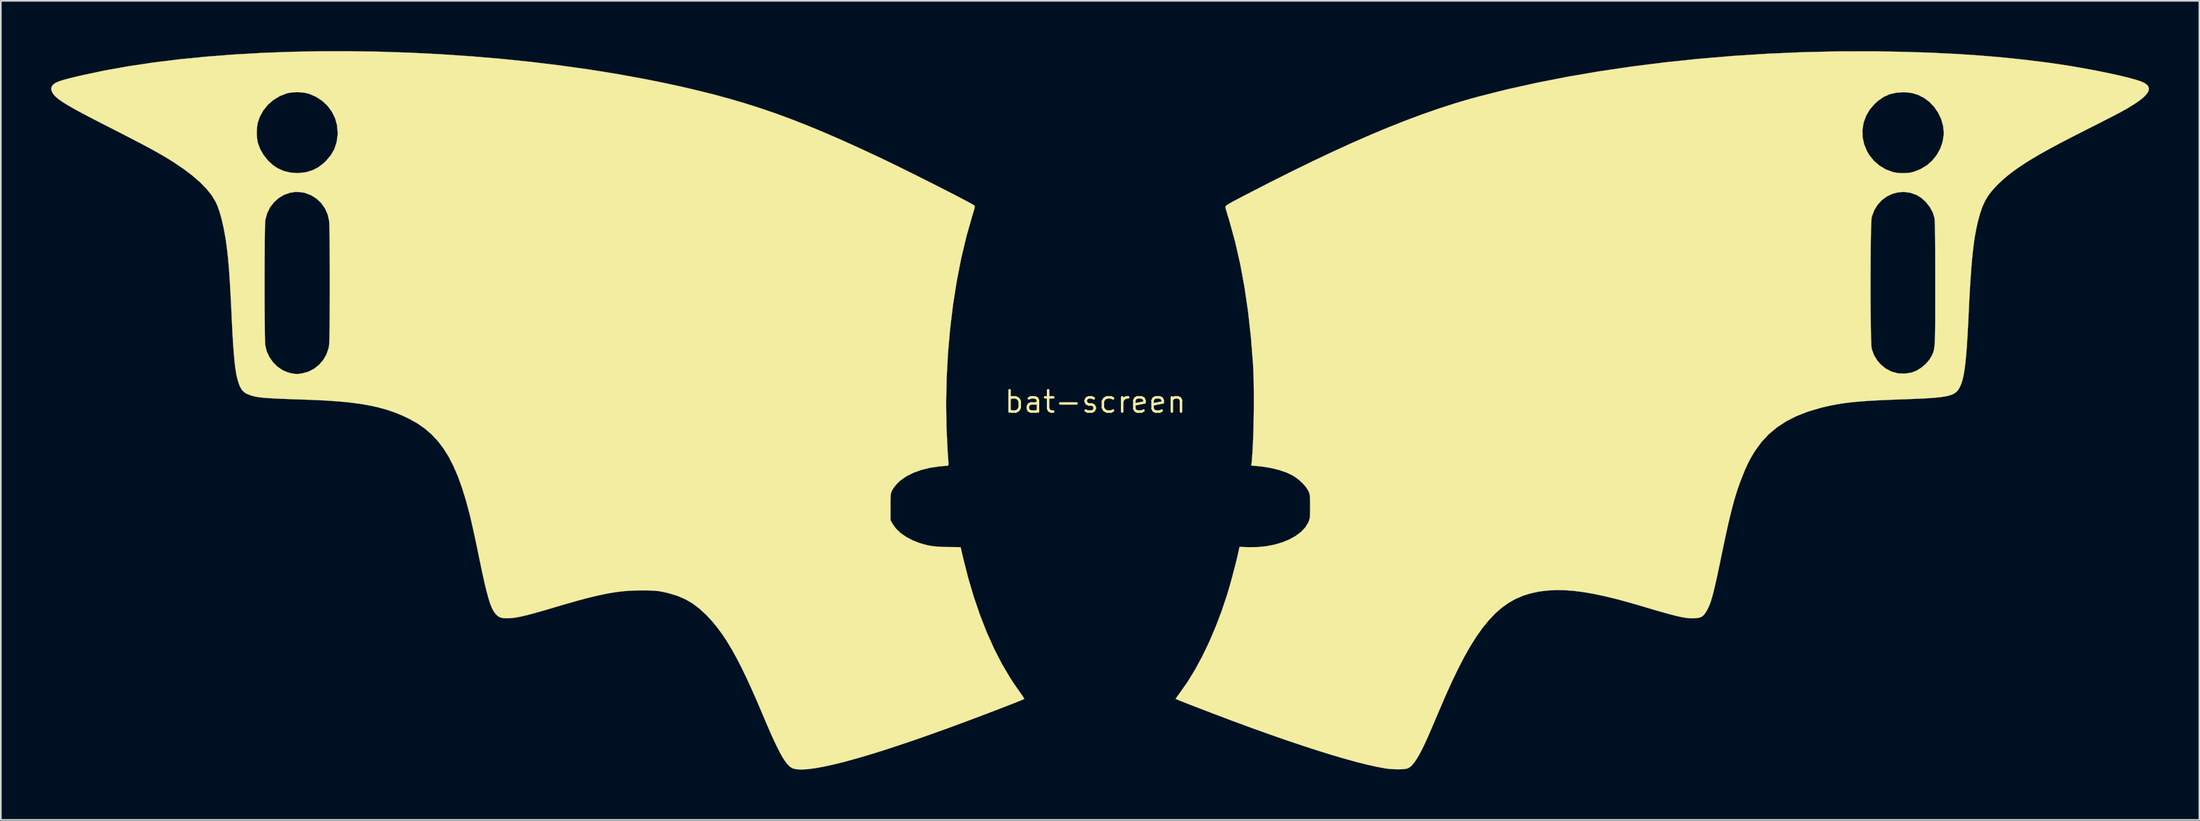
<source format=kicad_pcb>
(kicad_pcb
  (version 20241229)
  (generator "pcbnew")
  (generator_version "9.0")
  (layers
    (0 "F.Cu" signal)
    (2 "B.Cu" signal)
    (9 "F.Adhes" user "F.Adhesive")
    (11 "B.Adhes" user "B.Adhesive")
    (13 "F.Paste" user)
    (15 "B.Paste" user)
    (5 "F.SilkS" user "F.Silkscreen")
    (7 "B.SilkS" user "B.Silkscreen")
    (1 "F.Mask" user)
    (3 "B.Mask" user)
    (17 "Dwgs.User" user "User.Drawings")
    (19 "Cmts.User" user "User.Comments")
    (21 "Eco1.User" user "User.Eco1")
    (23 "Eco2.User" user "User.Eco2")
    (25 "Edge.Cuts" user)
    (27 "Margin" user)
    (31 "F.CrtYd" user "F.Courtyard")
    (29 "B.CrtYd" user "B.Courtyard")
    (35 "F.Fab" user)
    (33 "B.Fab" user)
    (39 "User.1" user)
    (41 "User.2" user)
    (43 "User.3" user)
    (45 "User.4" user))
  (footprint "bat-screen"
    (layer "F.Cu")
    (at 62.252 20.912)
    (property "Reference" "bat-screen" (at 0 0 0) (layer "F.SilkS") (effects (font (size 1.27 1.27) (thickness 0.15))))
    (attr through_hole)
    (fp_poly (pts (xy 46.694 -20.898) (xy 48.308 -20.868) (xy 49.849 -20.818) (xy 51.326 -20.745) (xy 52.748 -20.651) (xy 54.123 -20.534) (xy 55.462 -20.393) (xy 56.773 -20.229) (xy 57.192 -20.17) (xy 57.739 -20.089) (xy 58.296 -19.999) (xy 58.853 -19.902) (xy 59.403 -19.801) (xy 59.937 -19.698) (xy 60.445 -19.593) (xy 60.92 -19.49) (xy 61.352 -19.389) (xy 61.733 -19.292) (xy 62.054 -19.202) (xy 62.307 -19.12) (xy 62.451 -19.064) (xy 62.647 -18.953) (xy 62.771 -18.829) (xy 62.82 -18.69) (xy 62.795 -18.536) (xy 62.693 -18.365) (xy 62.515 -18.176) (xy 62.26 -17.968) (xy 61.925 -17.739) (xy 61.511 -17.488) (xy 61.066 -17.241) (xy 60.907 -17.157) (xy 60.684 -17.041) (xy 60.408 -16.899) (xy 60.091 -16.737) (xy 59.744 -16.56) (xy 59.379 -16.375) (xy 59.007 -16.187) (xy 58.864 -16.115) (xy 58.127 -15.74) (xy 57.462 -15.394) (xy 56.865 -15.072) (xy 56.329 -14.772) (xy 55.848 -14.49) (xy 55.418 -14.222) (xy 55.032 -13.964) (xy 54.684 -13.714) (xy 54.37 -13.468) (xy 54.084 -13.222) (xy 53.819 -12.972) (xy 53.762 -12.915) (xy 53.476 -12.606) (xy 53.243 -12.303) (xy 53.052 -11.986) (xy 52.892 -11.636) (xy 52.753 -11.234) (xy 52.662 -10.909) (xy 52.586 -10.599) (xy 52.518 -10.279) (xy 52.455 -9.943) (xy 52.398 -9.582) (xy 52.346 -9.19) (xy 52.299 -8.76) (xy 52.254 -8.286) (xy 52.213 -7.759) (xy 52.173 -7.174) (xy 52.134 -6.522) (xy 52.096 -5.798) (xy 52.07 -5.249) (xy 52.036 -4.556) (xy 52.002 -3.941) (xy 51.968 -3.399) (xy 51.933 -2.924) (xy 51.896 -2.511) (xy 51.857 -2.153) (xy 51.814 -1.846) (xy 51.768 -1.582) (xy 51.717 -1.356) (xy 51.661 -1.163) (xy 51.599 -0.997) (xy 51.55 -0.889) (xy 51.484 -0.768) (xy 51.408 -0.663) (xy 51.318 -0.572) (xy 51.206 -0.494) (xy 51.066 -0.427) (xy 50.893 -0.371) (xy 50.679 -0.323) (xy 50.419 -0.284) (xy 50.107 -0.25) (xy 49.736 -0.221) (xy 49.3 -0.196) (xy 48.793 -0.174) (xy 48.209 -0.152) (xy 48.091 -0.148) (xy 47.403 -0.123) (xy 46.792 -0.096) (xy 46.247 -0.067) (xy 45.759 -0.034) (xy 45.32 0.003) (xy 44.92 0.046) (xy 44.551 0.095) (xy 44.203 0.151) (xy 43.866 0.215) (xy 43.534 0.288) (xy 43.237 0.361) (xy 42.487 0.583) (xy 41.807 0.849) (xy 41.194 1.16) (xy 40.645 1.52) (xy 40.156 1.93) (xy 39.723 2.393) (xy 39.344 2.912) (xy 39.245 3.069) (xy 39.101 3.315) (xy 38.976 3.545) (xy 38.861 3.779) (xy 38.744 4.04) (xy 38.616 4.351) (xy 38.553 4.509) (xy 38.436 4.813) (xy 38.325 5.124) (xy 38.219 5.449) (xy 38.114 5.796) (xy 38.01 6.174) (xy 37.903 6.589) (xy 37.791 7.051) (xy 37.673 7.568) (xy 37.547 8.146) (xy 37.41 8.795) (xy 37.316 9.25) (xy 37.198 9.821) (xy 37.093 10.317) (xy 36.999 10.743) (xy 36.915 11.107) (xy 36.838 11.415) (xy 36.767 11.676) (xy 36.7 11.895) (xy 36.634 12.081) (xy 36.568 12.239) (xy 36.5 12.377) (xy 36.437 12.489) (xy 36.312 12.674) (xy 36.189 12.794) (xy 36.044 12.864) (xy 35.853 12.897) (xy 35.735 12.905) (xy 35.583 12.908) (xy 35.425 12.902) (xy 35.255 12.886) (xy 35.064 12.857) (xy 34.844 12.813) (xy 34.588 12.754) (xy 34.289 12.677) (xy 33.937 12.581) (xy 33.526 12.464) (xy 33.048 12.323) (xy 32.66 12.207) (xy 31.813 11.961) (xy 31.034 11.752) (xy 30.319 11.579) (xy 29.659 11.442) (xy 29.05 11.338) (xy 28.484 11.268) (xy 27.955 11.231) (xy 27.457 11.225) (xy 26.982 11.25) (xy 26.525 11.304) (xy 26.387 11.327) (xy 25.919 11.43) (xy 25.472 11.573) (xy 25.046 11.759) (xy 24.636 11.992) (xy 24.24 12.275) (xy 23.855 12.611) (xy 23.479 13.003) (xy 23.109 13.454) (xy 22.741 13.969) (xy 22.374 14.549) (xy 22.005 15.198) (xy 21.63 15.92) (xy 21.247 16.717) (xy 20.853 17.593) (xy 20.674 18.008) (xy 20.542 18.318) (xy 20.398 18.658) (xy 20.252 18.999) (xy 20.118 19.315) (xy 20.014 19.558) (xy 19.777 20.101) (xy 19.56 20.566) (xy 19.362 20.954) (xy 19.181 21.27) (xy 19.016 21.515) (xy 18.865 21.692) (xy 18.727 21.805) (xy 18.638 21.851) (xy 18.538 21.882) (xy 18.404 21.9) (xy 18.214 21.911) (xy 18.144 21.913) (xy 17.887 21.911) (xy 17.605 21.895) (xy 17.348 21.867) (xy 17.314 21.862) (xy 16.809 21.77) (xy 16.23 21.642) (xy 15.581 21.479) (xy 14.865 21.282) (xy 14.084 21.053) (xy 13.241 20.791) (xy 12.34 20.498) (xy 11.384 20.176) (xy 10.374 19.824) (xy 9.315 19.444) (xy 8.209 19.037) (xy 7.06 18.603) (xy 5.969 18.184) (xy 5.674 18.069) (xy 5.406 17.964) (xy 5.174 17.872) (xy 4.989 17.799) (xy 4.859 17.746) (xy 4.796 17.72) (xy 4.792 17.717) (xy 4.81 17.68) (xy 4.87 17.59) (xy 4.962 17.461) (xy 5.056 17.334) (xy 5.512 16.683) (xy 5.957 15.955) (xy 6.387 15.159) (xy 6.797 14.303) (xy 7.183 13.396) (xy 7.543 12.445) (xy 7.859 11.501) (xy 7.943 11.22) (xy 8.039 10.884) (xy 8.142 10.511) (xy 8.245 10.125) (xy 8.344 9.745) (xy 8.432 9.394) (xy 8.503 9.092) (xy 8.53 8.971) (xy 8.599 8.65) (xy 9.136 8.669) (xy 9.673 8.664) (xy 10.195 8.611) (xy 10.692 8.514) (xy 11.156 8.376) (xy 11.579 8.201) (xy 11.953 7.992) (xy 12.27 7.753) (xy 12.52 7.486) (xy 12.69 7.211) (xy 12.732 7.117) (xy 12.763 7.033) (xy 12.784 6.943) (xy 12.796 6.831) (xy 12.803 6.681) (xy 12.805 6.476) (xy 12.806 6.244) (xy 12.805 5.98) (xy 12.802 5.785) (xy 12.795 5.642) (xy 12.782 5.536) (xy 12.76 5.45) (xy 12.728 5.369) (xy 12.688 5.285) (xy 12.557 5.078) (xy 12.366 4.86) (xy 12.136 4.649) (xy 11.887 4.464) (xy 11.76 4.387) (xy 11.382 4.209) (xy 10.938 4.059) (xy 10.444 3.94) (xy 9.916 3.856) (xy 9.637 3.828) (xy 9.304 3.802) (xy 9.33 3.541) (xy 9.361 3.166) (xy 9.388 2.72) (xy 9.411 2.218) (xy 9.429 1.673) (xy 9.442 1.101) (xy 9.45 0.515) (xy 9.454 -0.071) (xy 9.451 -0.642) (xy 9.444 -1.185) (xy 9.431 -1.685) (xy 9.412 -2.128) (xy 9.402 -2.286) (xy 9.277 -3.868) (xy 9.108 -5.385) (xy 8.895 -6.836) (xy 8.853 -7.065) (xy 46.22 -7.065) (xy 46.221 -6.553) (xy 46.222 -6.049) (xy 46.225 -5.561) (xy 46.23 -5.096) (xy 46.235 -4.663) (xy 46.241 -4.269) (xy 46.249 -3.922) (xy 46.258 -3.63) (xy 46.269 -3.399) (xy 46.28 -3.239) (xy 46.291 -3.162) (xy 46.424 -2.791) (xy 46.62 -2.467) (xy 46.823 -2.234) (xy 47.135 -1.978) (xy 47.48 -1.799) (xy 47.852 -1.699) (xy 48.243 -1.679) (xy 48.649 -1.74) (xy 48.661 -1.743) (xy 48.958 -1.857) (xy 49.249 -2.036) (xy 49.516 -2.263) (xy 49.735 -2.521) (xy 49.843 -2.7) (xy 49.883 -2.78) (xy 49.919 -2.853) (xy 49.949 -2.926) (xy 49.976 -3.004) (xy 49.999 -3.092) (xy 50.018 -3.198) (xy 50.034 -3.325) (xy 50.047 -3.481) (xy 50.057 -3.67) (xy 50.065 -3.898) (xy 50.071 -4.171) (xy 50.075 -4.495) (xy 50.078 -4.875) (xy 50.079 -5.316) (xy 50.08 -5.826) (xy 50.08 -6.408) (xy 50.08 -7.076) (xy 50.08 -7.821) (xy 50.078 -8.482) (xy 50.076 -9.062) (xy 50.073 -9.562) (xy 50.068 -9.984) (xy 50.063 -10.33) (xy 50.056 -10.602) (xy 50.048 -10.8) (xy 50.04 -10.928) (xy 50.033 -10.973) (xy 49.926 -11.303) (xy 49.75 -11.623) (xy 49.521 -11.914) (xy 49.253 -12.159) (xy 48.968 -12.334) (xy 48.6 -12.465) (xy 48.228 -12.516) (xy 47.862 -12.493) (xy 47.51 -12.4) (xy 47.182 -12.241) (xy 46.888 -12.021) (xy 46.636 -11.744) (xy 46.436 -11.414) (xy 46.296 -11.037) (xy 46.293 -11.026) (xy 46.28 -10.935) (xy 46.269 -10.766) (xy 46.259 -10.528) (xy 46.25 -10.229) (xy 46.242 -9.877) (xy 46.235 -9.478) (xy 46.23 -9.041) (xy 46.226 -8.573) (xy 46.223 -8.083) (xy 46.221 -7.578) (xy 46.22 -7.065) (xy 8.853 -7.065) (xy 8.64 -8.218) (xy 8.341 -9.531) (xy 8 -10.772) (xy 7.935 -10.986) (xy 7.872 -11.19) (xy 7.819 -11.373) (xy 7.779 -11.516) (xy 7.76 -11.598) (xy 7.759 -11.599) (xy 7.758 -11.63) (xy 7.771 -11.662) (xy 7.804 -11.699) (xy 7.865 -11.746) (xy 7.963 -11.807) (xy 8.104 -11.887) (xy 8.295 -11.991) (xy 8.545 -12.123) (xy 8.861 -12.288) (xy 8.961 -12.34) (xy 10.352 -13.056) (xy 11.679 -13.723) (xy 12.947 -14.342) (xy 14.16 -14.916) (xy 15.322 -15.446) (xy 16.437 -15.934) (xy 17.119 -16.218) (xy 45.738 -16.218) (xy 45.747 -15.794) (xy 45.834 -15.374) (xy 45.999 -14.966) (xy 46.148 -14.712) (xy 46.426 -14.369) (xy 46.762 -14.08) (xy 47.141 -13.855) (xy 47.552 -13.703) (xy 47.602 -13.69) (xy 47.842 -13.652) (xy 48.125 -13.637) (xy 48.409 -13.646) (xy 48.65 -13.677) (xy 48.793 -13.718) (xy 48.978 -13.785) (xy 49.172 -13.867) (xy 49.229 -13.893) (xy 49.589 -14.111) (xy 49.906 -14.393) (xy 50.171 -14.727) (xy 50.378 -15.102) (xy 50.518 -15.504) (xy 50.584 -15.923) (xy 50.588 -16.047) (xy 50.549 -16.454) (xy 50.434 -16.858) (xy 50.251 -17.242) (xy 50.01 -17.594) (xy 49.718 -17.897) (xy 49.397 -18.13) (xy 49.054 -18.304) (xy 48.712 -18.411) (xy 48.342 -18.458) (xy 48.175 -18.462) (xy 47.737 -18.432) (xy 47.346 -18.338) (xy 46.989 -18.175) (xy 46.651 -17.936) (xy 46.457 -17.759) (xy 46.165 -17.415) (xy 45.948 -17.038) (xy 45.805 -16.636) (xy 45.738 -16.218) (xy 17.119 -16.218) (xy 17.51 -16.381) (xy 18.544 -16.79) (xy 19.544 -17.162) (xy 20.513 -17.499) (xy 21.457 -17.803) (xy 22.379 -18.075) (xy 22.839 -18.201) (xy 24.545 -18.631) (xy 26.321 -19.026) (xy 28.16 -19.386) (xy 30.054 -19.71) (xy 31.997 -19.997) (xy 33.979 -20.246) (xy 35.995 -20.457) (xy 38.037 -20.628) (xy 40.097 -20.759) (xy 42.167 -20.849) (xy 44.241 -20.897) (xy 46.31 -20.902) (xy 46.694 -20.898)) (stroke (width 0.01) (type solid)) (fill yes) (layer "F.SilkS"))
    (fp_poly (pts (xy -42.665 -20.879) (xy -40.863 -20.82) (xy -39.056 -20.729) (xy -37.25 -20.608) (xy -35.453 -20.456) (xy -33.669 -20.273) (xy -31.905 -20.06) (xy -30.168 -19.816) (xy -28.462 -19.542) (xy -26.795 -19.237) (xy -25.739 -19.024) (xy -24.678 -18.794) (xy -23.668 -18.558) (xy -22.699 -18.315) (xy -21.761 -18.059) (xy -20.843 -17.788) (xy -19.935 -17.499) (xy -19.028 -17.187) (xy -18.112 -16.849) (xy -17.175 -16.482) (xy -16.209 -16.083) (xy -15.204 -15.647) (xy -14.148 -15.171) (xy -13.033 -14.653) (xy -12.954 -14.616) (xy -12.616 -14.455) (xy -12.242 -14.275) (xy -11.84 -14.078) (xy -11.416 -13.87) (xy -10.978 -13.653) (xy -10.532 -13.431) (xy -10.087 -13.208) (xy -9.649 -12.988) (xy -9.226 -12.773) (xy -8.824 -12.568) (xy -8.451 -12.376) (xy -8.113 -12.201) (xy -7.819 -12.047) (xy -7.576 -11.917) (xy -7.39 -11.814) (xy -7.268 -11.743) (xy -7.23 -11.718) (xy -7.203 -11.69) (xy -7.19 -11.65) (xy -7.195 -11.584) (xy -7.219 -11.478) (xy -7.265 -11.318) (xy -7.328 -11.113) (xy -7.682 -9.869) (xy -7.993 -8.563) (xy -8.259 -7.203) (xy -8.48 -5.799) (xy -8.655 -4.362) (xy -8.783 -2.901) (xy -8.862 -1.427) (xy -8.893 0.05) (xy -8.873 1.522) (xy -8.802 2.977) (xy -8.77 3.418) (xy -8.757 3.603) (xy -8.754 3.72) (xy -8.764 3.782) (xy -8.786 3.807) (xy -8.807 3.81) (xy -8.876 3.814) (xy -9.008 3.825) (xy -9.183 3.841) (xy -9.338 3.856) (xy -9.877 3.936) (xy -10.384 4.063) (xy -10.849 4.232) (xy -11.26 4.438) (xy -11.607 4.679) (xy -11.739 4.798) (xy -11.878 4.946) (xy -12.005 5.105) (xy -12.097 5.245) (xy -12.11 5.271) (xy -12.147 5.35) (xy -12.173 5.426) (xy -12.192 5.512) (xy -12.203 5.625) (xy -12.21 5.778) (xy -12.213 5.986) (xy -12.213 6.265) (xy -12.213 7.048) (xy -12.088 7.274) (xy -11.892 7.55) (xy -11.623 7.81) (xy -11.29 8.046) (xy -10.907 8.251) (xy -10.556 8.391) (xy -10.269 8.484) (xy -10.002 8.552) (xy -9.735 8.601) (xy -9.444 8.633) (xy -9.109 8.651) (xy -8.788 8.659) (xy -8.03 8.668) (xy -7.889 9.274) (xy -7.586 10.473) (xy -7.246 11.623) (xy -6.872 12.719) (xy -6.465 13.757) (xy -6.028 14.732) (xy -5.562 15.637) (xy -5.071 16.469) (xy -4.82 16.849) (xy -4.685 17.045) (xy -4.555 17.232) (xy -4.442 17.392) (xy -4.361 17.504) (xy -4.353 17.515) (xy -4.282 17.619) (xy -4.244 17.695) (xy -4.242 17.718) (xy -4.291 17.743) (xy -4.411 17.794) (xy -4.596 17.869) (xy -4.838 17.966) (xy -5.13 18.08) (xy -5.465 18.21) (xy -5.835 18.353) (xy -6.233 18.505) (xy -6.651 18.665) (xy -7.082 18.828) (xy -7.387 18.942) (xy -8.547 19.373) (xy -9.647 19.77) (xy -10.688 20.136) (xy -11.667 20.468) (xy -12.583 20.768) (xy -13.436 21.033) (xy -14.223 21.265) (xy -14.944 21.463) (xy -15.598 21.626) (xy -16.183 21.754) (xy -16.697 21.847) (xy -17.14 21.905) (xy -17.511 21.926) (xy -17.808 21.911) (xy -18.013 21.866) (xy -18.131 21.808) (xy -18.252 21.715) (xy -18.379 21.581) (xy -18.513 21.402) (xy -18.658 21.174) (xy -18.815 20.892) (xy -18.988 20.551) (xy -19.18 20.147) (xy -19.392 19.676) (xy -19.627 19.132) (xy -19.813 18.69) (xy -20.169 17.855) (xy -20.503 17.097) (xy -20.821 16.408) (xy -21.124 15.785) (xy -21.417 15.222) (xy -21.701 14.713) (xy -21.98 14.254) (xy -22.257 13.838) (xy -22.536 13.46) (xy -22.818 13.115) (xy -23.108 12.798) (xy -23.194 12.709) (xy -23.599 12.334) (xy -24.007 12.026) (xy -24.433 11.777) (xy -24.897 11.577) (xy -25.414 11.418) (xy -25.74 11.341) (xy -25.915 11.306) (xy -26.082 11.281) (xy -26.257 11.264) (xy -26.461 11.253) (xy -26.712 11.247) (xy -27.028 11.245) (xy -27.03 11.245) (xy -27.415 11.25) (xy -27.789 11.266) (xy -28.162 11.296) (xy -28.542 11.342) (xy -28.938 11.404) (xy -29.359 11.485) (xy -29.814 11.586) (xy -30.313 11.71) (xy -30.863 11.857) (xy -31.475 12.03) (xy -32.158 12.231) (xy -32.175 12.236) (xy -32.693 12.389) (xy -33.139 12.518) (xy -33.52 12.624) (xy -33.845 12.71) (xy -34.121 12.777) (xy -34.358 12.828) (xy -34.561 12.864) (xy -34.741 12.888) (xy -34.886 12.9) (xy -35.151 12.907) (xy -35.353 12.89) (xy -35.509 12.843) (xy -35.639 12.762) (xy -35.74 12.663) (xy -35.823 12.56) (xy -35.902 12.433) (xy -35.98 12.278) (xy -36.057 12.088) (xy -36.135 11.857) (xy -36.217 11.58) (xy -36.304 11.251) (xy -36.398 10.863) (xy -36.5 10.411) (xy -36.612 9.888) (xy -36.736 9.289) (xy -36.766 9.144) (xy -36.848 8.745) (xy -36.935 8.335) (xy -37.022 7.929) (xy -37.107 7.545) (xy -37.185 7.198) (xy -37.253 6.906) (xy -37.295 6.731) (xy -37.52 5.889) (xy -37.756 5.126) (xy -38.005 4.438) (xy -38.272 3.82) (xy -38.558 3.266) (xy -38.867 2.773) (xy -39.203 2.334) (xy -39.567 1.946) (xy -39.964 1.603) (xy -40.395 1.3) (xy -40.86 1.036) (xy -41.298 0.826) (xy -41.748 0.641) (xy -42.218 0.479) (xy -42.716 0.34) (xy -43.249 0.221) (xy -43.826 0.121) (xy -44.453 0.039) (xy -45.139 -0.028) (xy -45.892 -0.079) (xy -46.719 -0.118) (xy -46.926 -0.125) (xy -47.498 -0.144) (xy -47.992 -0.162) (xy -48.415 -0.178) (xy -48.776 -0.193) (xy -49.08 -0.209) (xy -49.336 -0.224) (xy -49.55 -0.241) (xy -49.729 -0.258) (xy -49.881 -0.278) (xy -50.012 -0.3) (xy -50.131 -0.325) (xy -50.244 -0.354) (xy -50.342 -0.382) (xy -50.572 -0.467) (xy -50.752 -0.577) (xy -50.892 -0.726) (xy -51.004 -0.927) (xy -51.1 -1.194) (xy -51.136 -1.32) (xy -51.183 -1.509) (xy -51.225 -1.722) (xy -51.264 -1.964) (xy -51.3 -2.242) (xy -51.333 -2.563) (xy -51.365 -2.934) (xy -51.396 -3.36) (xy -51.427 -3.849) (xy -51.457 -4.407) (xy -51.489 -5.041) (xy -51.499 -5.271) (xy -51.533 -5.98) (xy -51.567 -6.612) (xy -51.581 -6.861) (xy -49.528 -6.861) (xy -49.528 -6.362) (xy -49.526 -5.876) (xy -49.524 -5.409) (xy -49.521 -4.97) (xy -49.517 -4.567) (xy -49.513 -4.208) (xy -49.508 -3.901) (xy -49.502 -3.653) (xy -49.495 -3.474) (xy -49.487 -3.37) (xy -49.487 -3.365) (xy -49.396 -3.001) (xy -49.236 -2.659) (xy -49.017 -2.351) (xy -48.749 -2.089) (xy -48.442 -1.882) (xy -48.107 -1.743) (xy -47.917 -1.699) (xy -47.752 -1.673) (xy -47.636 -1.66) (xy -47.534 -1.662) (xy -47.41 -1.677) (xy -47.286 -1.696) (xy -46.918 -1.797) (xy -46.579 -1.971) (xy -46.281 -2.207) (xy -46.03 -2.496) (xy -45.838 -2.829) (xy -45.713 -3.196) (xy -45.679 -3.387) (xy -45.671 -3.488) (xy -45.665 -3.666) (xy -45.659 -3.912) (xy -45.654 -4.219) (xy -45.649 -4.577) (xy -45.646 -4.98) (xy -45.643 -5.419) (xy -45.641 -5.885) (xy -45.639 -6.372) (xy -45.639 -6.87) (xy -45.639 -7.371) (xy -45.639 -7.868) (xy -45.641 -8.353) (xy -45.643 -8.817) (xy -45.646 -9.251) (xy -45.65 -9.649) (xy -45.655 -10.002) (xy -45.66 -10.302) (xy -45.666 -10.54) (xy -45.673 -10.709) (xy -45.679 -10.795) (xy -45.77 -11.186) (xy -45.932 -11.544) (xy -46.158 -11.858) (xy -46.438 -12.122) (xy -46.766 -12.325) (xy -47.133 -12.461) (xy -47.299 -12.496) (xy -47.675 -12.518) (xy -48.039 -12.462) (xy -48.383 -12.335) (xy -48.697 -12.144) (xy -48.972 -11.896) (xy -49.2 -11.599) (xy -49.37 -11.258) (xy -49.476 -10.881) (xy -49.486 -10.816) (xy -49.494 -10.719) (xy -49.5 -10.546) (xy -49.507 -10.304) (xy -49.512 -10.001) (xy -49.517 -9.646) (xy -49.52 -9.246) (xy -49.523 -8.81) (xy -49.526 -8.345) (xy -49.527 -7.86) (xy -49.528 -7.362) (xy -49.528 -6.861) (xy -51.581 -6.861) (xy -51.6 -7.177) (xy -51.633 -7.681) (xy -51.668 -8.134) (xy -51.704 -8.544) (xy -51.744 -8.918) (xy -51.786 -9.265) (xy -51.832 -9.594) (xy -51.861 -9.779) (xy -51.961 -10.334) (xy -52.075 -10.842) (xy -52.2 -11.293) (xy -52.334 -11.676) (xy -52.441 -11.917) (xy -52.666 -12.294) (xy -52.973 -12.682) (xy -53.358 -13.078) (xy -53.82 -13.481) (xy -54.356 -13.889) (xy -54.964 -14.299) (xy -55.287 -14.5) (xy -55.516 -14.637) (xy -55.756 -14.777) (xy -56.013 -14.922) (xy -56.295 -15.078) (xy -56.61 -15.247) (xy -56.965 -15.435) (xy -57.367 -15.645) (xy -57.824 -15.881) (xy -58.323 -16.137) (xy -49.992 -16.137) (xy -49.987 -15.847) (xy -49.96 -15.583) (xy -49.933 -15.454) (xy -49.791 -15.072) (xy -49.579 -14.706) (xy -49.311 -14.373) (xy -49 -14.093) (xy -48.761 -13.935) (xy -48.384 -13.767) (xy -47.971 -13.668) (xy -47.542 -13.64) (xy -47.113 -13.684) (xy -46.971 -13.715) (xy -46.637 -13.825) (xy -46.339 -13.98) (xy -46.054 -14.193) (xy -45.864 -14.369) (xy -45.577 -14.707) (xy -45.368 -15.071) (xy -45.234 -15.47) (xy -45.174 -15.908) (xy -45.17 -16.072) (xy -45.21 -16.509) (xy -45.328 -16.923) (xy -45.517 -17.305) (xy -45.771 -17.648) (xy -46.084 -17.944) (xy -46.45 -18.185) (xy -46.864 -18.364) (xy -46.965 -18.395) (xy -47.225 -18.445) (xy -47.527 -18.466) (xy -47.836 -18.456) (xy -48.115 -18.416) (xy -48.2 -18.395) (xy -48.619 -18.233) (xy -48.998 -18.003) (xy -49.329 -17.715) (xy -49.604 -17.377) (xy -49.813 -16.997) (xy -49.931 -16.656) (xy -49.973 -16.418) (xy -49.992 -16.137) (xy -58.323 -16.137) (xy -58.343 -16.147) (xy -58.843 -16.402) (xy -59.428 -16.701) (xy -59.941 -16.966) (xy -60.387 -17.202) (xy -60.771 -17.409) (xy -61.098 -17.593) (xy -61.372 -17.755) (xy -61.598 -17.899) (xy -61.781 -18.027) (xy -61.926 -18.143) (xy -62.038 -18.249) (xy -62.121 -18.35) (xy -62.18 -18.446) (xy -62.205 -18.502) (xy -62.246 -18.625) (xy -62.247 -18.713) (xy -62.22 -18.787) (xy -62.173 -18.866) (xy -62.109 -18.937) (xy -62.018 -19.003) (xy -61.894 -19.066) (xy -61.728 -19.131) (xy -61.513 -19.198) (xy -61.239 -19.273) (xy -60.899 -19.358) (xy -60.486 -19.455) (xy -60.428 -19.468) (xy -59.083 -19.755) (xy -57.665 -20.009) (xy -56.18 -20.231) (xy -54.636 -20.422) (xy -53.038 -20.581) (xy -51.393 -20.709) (xy -49.706 -20.806) (xy -47.983 -20.871) (xy -46.232 -20.905) (xy -44.457 -20.907) (xy -42.665 -20.879)) (stroke (width 0.01) (type solid)) (fill yes) (layer "F.SilkS")))
  (gr_rect
    (start -3 -3)
    (end 128.078 45.843)
    (stroke (width 0.1) (type default))
    (fill no)
    (layer "Edge.Cuts")))
</source>
